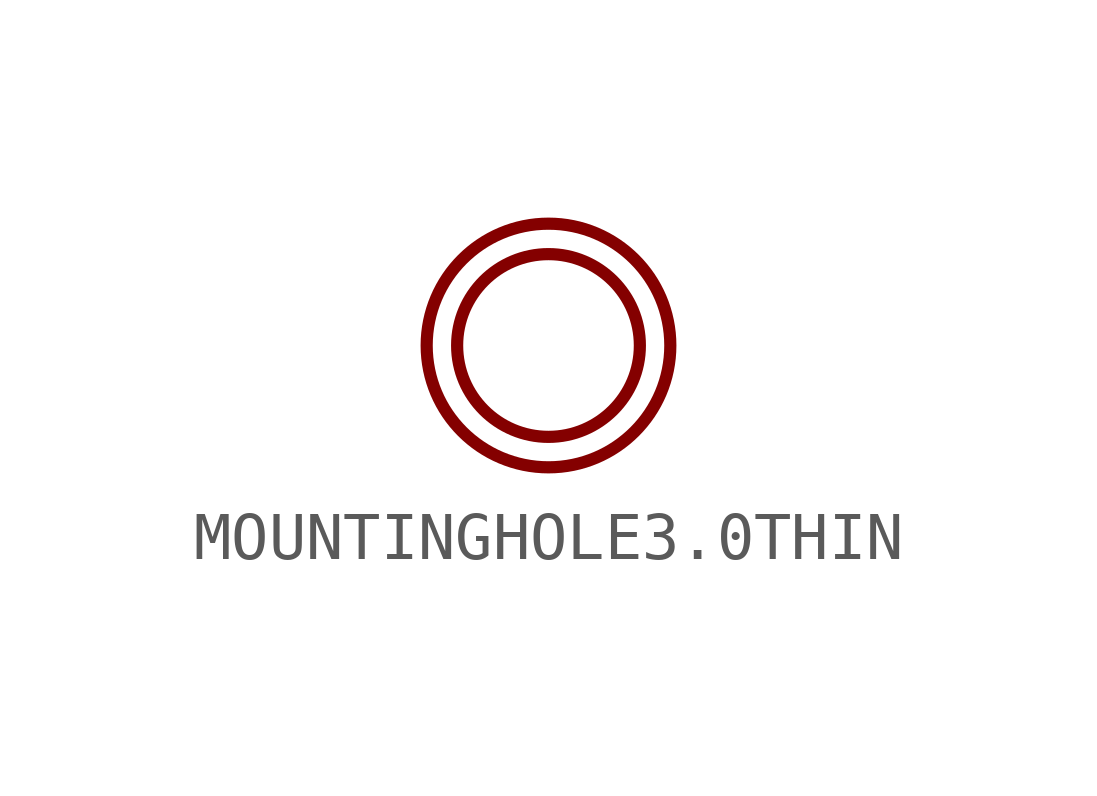
<source format=kicad_sym>
(kicad_symbol_lib
  (version 20201005)
  (generator kicad_symbol_editor)
  (symbol "MOUNTINGHOLE3.0THIN"
    (property "Reference" ""
      (at 0 0 0)
      (effects (font (size 1.27 1.27)) hide))
    (property "ki_locked" ""
      (at 0 0 0)
      (effects (font (size 1.27 1.27))))
    (symbol "MOUNTINGHOLE3.0THIN_1_0"
      (circle (center 0 0) (radius 1.905) (stroke (width 0.254)) (fill (type none)))
      (circle (center 0 0) (radius 2.54) (stroke (width 0.254)) (fill (type none))))))
</source>
